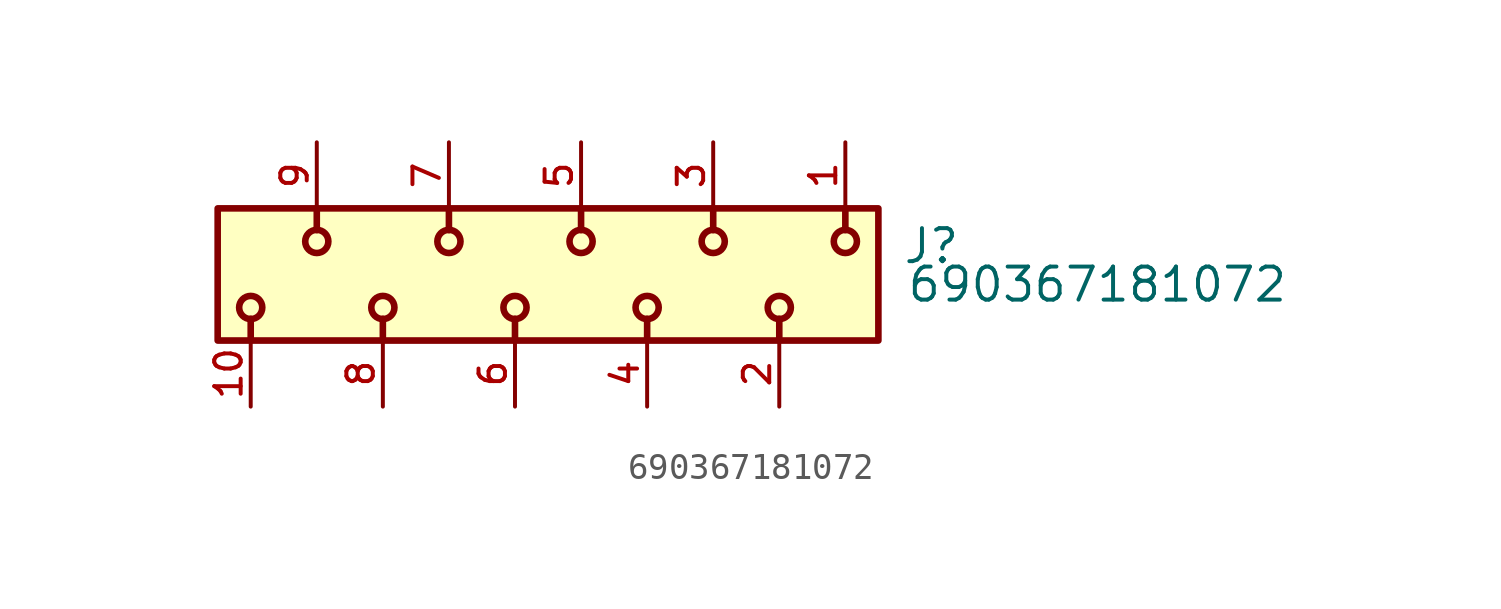
<source format=kicad_sym>
(kicad_symbol_lib
  (version 20211014)
  (generator kicad_symbol_editor)
  (symbol "690367181072"
    (pin_names
      (offset 1.016))
    (property "Reference" "J"
      (at 12.34 0.348 0)
      (effects (font (size 1.27 1.27)) (justify bottom left)))
    (property "Value" "690367181072"
      (at 12.49 -1.13 0)
      (effects (font (size 1.27 1.27)) (justify bottom left)))
    (symbol "690367181072_0_0"
      (polyline (pts (xy 2.54 -1.705) (xy 2.54 -2.54)) (stroke (width 0.254)))
      (polyline (pts (xy 7.62 -1.705) (xy 7.62 -2.54)) (stroke (width 0.254)))
      (polyline (pts (xy -2.54 -1.705) (xy -2.54 -2.54)) (stroke (width 0.254)))
      (polyline (pts (xy -7.62 -1.705) (xy -7.62 -2.54)) (stroke (width 0.254)))
      (polyline (pts (xy -12.7 -1.705) (xy -12.7 -2.54)) (stroke (width 0.254)))
      (polyline (pts (xy -10.16 1.705) (xy -10.16 2.54)) (stroke (width 0.254)))
      (polyline (pts (xy 5.08 1.705) (xy 5.08 2.54)) (stroke (width 0.254)))
      (polyline (pts (xy 0.0 1.705) (xy 0.0 2.54)) (stroke (width 0.254)))
      (polyline (pts (xy -5.08 1.705) (xy -5.08 2.54)) (stroke (width 0.254)))
      (polyline (pts (xy 10.16 1.705) (xy 10.16 2.54)) (stroke (width 0.254)))
      (circle (center 2.54 -1.27) (radius 0.445) (stroke (width 0.254)) (fill (type none)))
      (circle (center 7.62 -1.27) (radius 0.445) (stroke (width 0.254)) (fill (type none)))
      (circle (center -2.54 -1.27) (radius 0.445) (stroke (width 0.254)) (fill (type none)))
      (circle (center -7.62 -1.27) (radius 0.445) (stroke (width 0.254)) (fill (type none)))
      (circle (center -12.7 -1.27) (radius 0.445) (stroke (width 0.254)) (fill (type none)))
      (circle (center -10.16 1.27) (radius 0.445) (stroke (width 0.254)) (fill (type none)))
      (circle (center 5.08 1.27) (radius 0.445) (stroke (width 0.254)) (fill (type none)))
      (circle (center 0.0 1.27) (radius 0.445) (stroke (width 0.254)) (fill (type none)))
      (circle (center -5.08 1.27) (radius 0.445) (stroke (width 0.254)) (fill (type none)))
      (circle (center 10.16 1.27) (radius 0.445) (stroke (width 0.254)) (fill (type none)))
      (rectangle (start -13.97 -2.54) (end 11.43 2.54) (stroke (width 0.254)) (fill (type background)))
      (pin passive line (at 7.62 -5.08 90.0) (length 2.54) (name "~" (effects (font (size 1.016 1.016)))) (number "2" (effects (font (size 1.016 1.016)))))
      (pin passive line (at 10.16 5.08 270.0) (length 2.54) (name "~" (effects (font (size 1.016 1.016)))) (number "1" (effects (font (size 1.016 1.016)))))
      (pin passive line (at 5.08 5.08 270.0) (length 2.54) (name "~" (effects (font (size 1.016 1.016)))) (number "3" (effects (font (size 1.016 1.016)))))
      (pin passive line (at 2.54 -5.08 90.0) (length 2.54) (name "~" (effects (font (size 1.016 1.016)))) (number "4" (effects (font (size 1.016 1.016)))))
      (pin passive line (at 0.0 5.08 270.0) (length 2.54) (name "~" (effects (font (size 1.016 1.016)))) (number "5" (effects (font (size 1.016 1.016)))))
      (pin passive line (at -2.54 -5.08 90.0) (length 2.54) (name "~" (effects (font (size 1.016 1.016)))) (number "6" (effects (font (size 1.016 1.016)))))
      (pin passive line (at -5.08 5.08 270.0) (length 2.54) (name "~" (effects (font (size 1.016 1.016)))) (number "7" (effects (font (size 1.016 1.016)))))
      (pin passive line (at -7.62 -5.08 90.0) (length 2.54) (name "~" (effects (font (size 1.016 1.016)))) (number "8" (effects (font (size 1.016 1.016)))))
      (pin passive line (at -10.16 5.08 270.0) (length 2.54) (name "~" (effects (font (size 1.016 1.016)))) (number "9" (effects (font (size 1.016 1.016)))))
      (pin passive line (at -12.7 -5.08 90.0) (length 2.54) (name "~" (effects (font (size 1.016 1.016)))) (number "10" (effects (font (size 1.016 1.016))))))))
</source>
